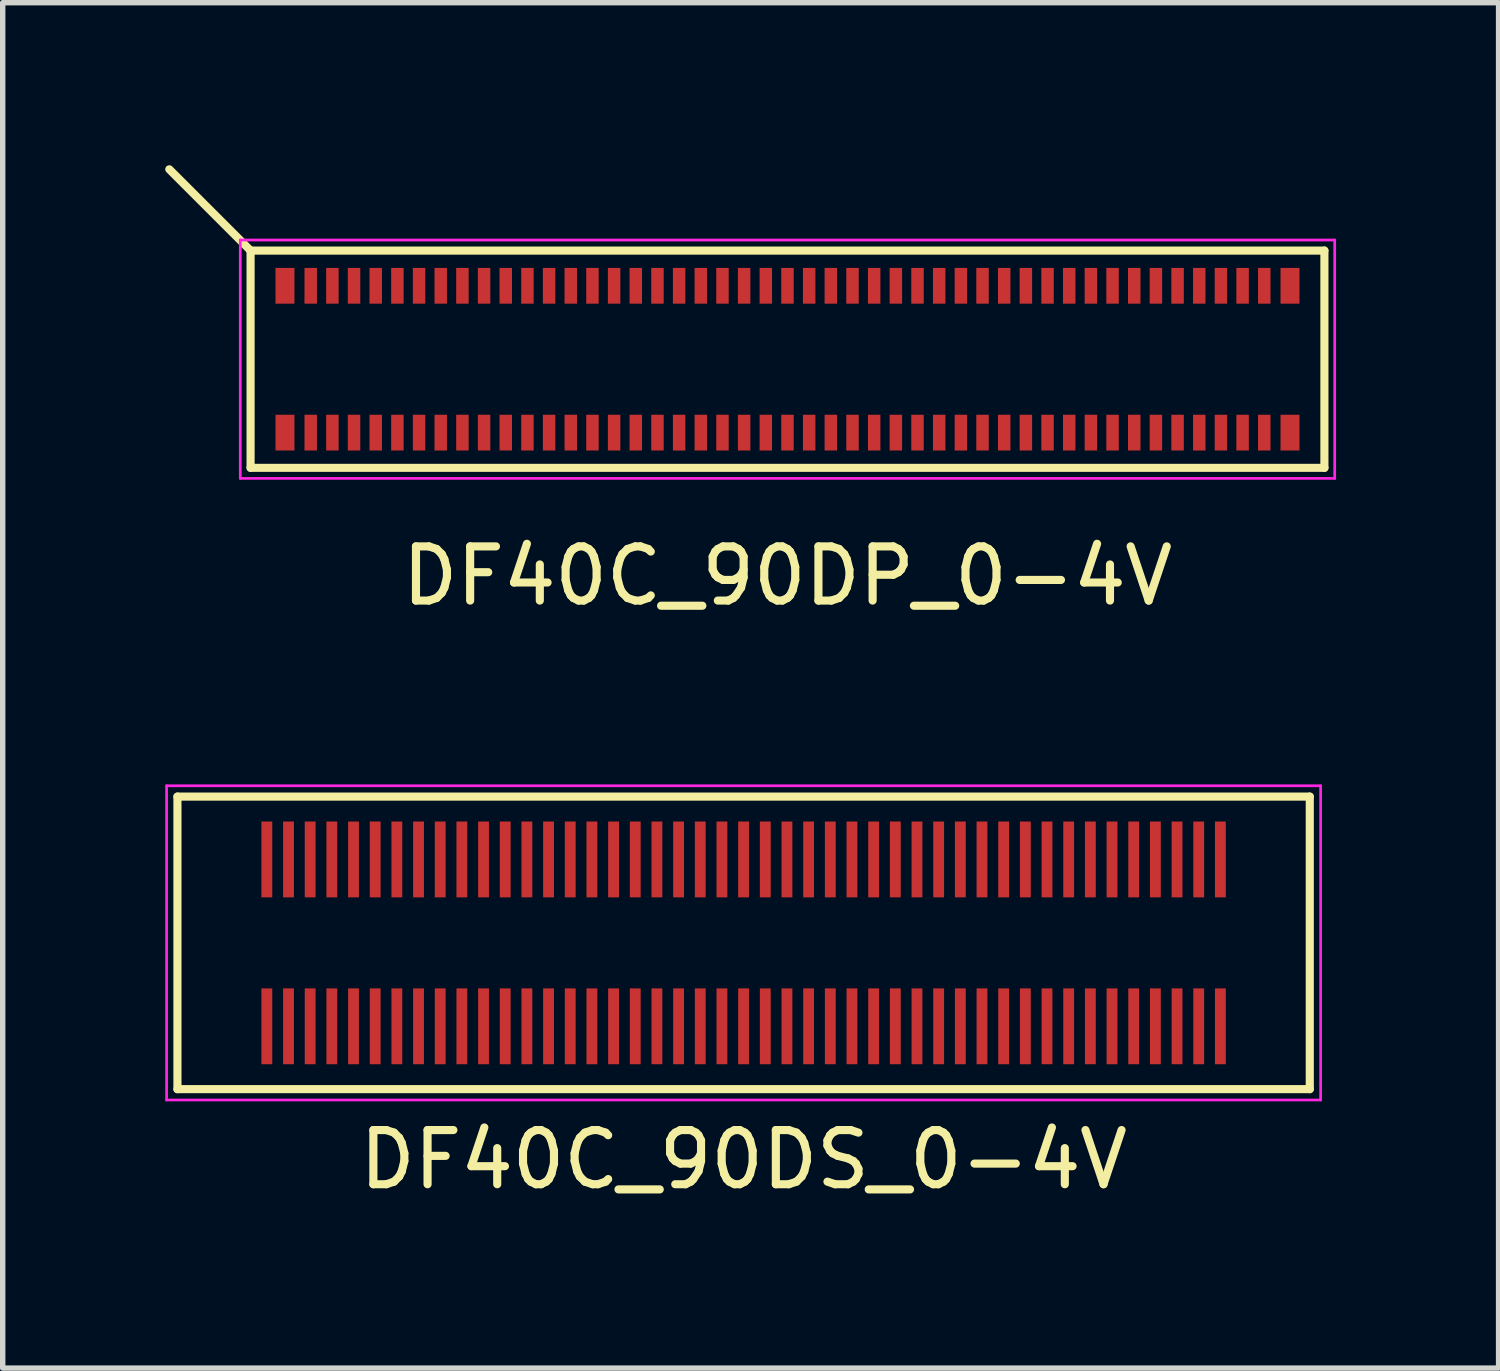
<source format=kicad_pcb>
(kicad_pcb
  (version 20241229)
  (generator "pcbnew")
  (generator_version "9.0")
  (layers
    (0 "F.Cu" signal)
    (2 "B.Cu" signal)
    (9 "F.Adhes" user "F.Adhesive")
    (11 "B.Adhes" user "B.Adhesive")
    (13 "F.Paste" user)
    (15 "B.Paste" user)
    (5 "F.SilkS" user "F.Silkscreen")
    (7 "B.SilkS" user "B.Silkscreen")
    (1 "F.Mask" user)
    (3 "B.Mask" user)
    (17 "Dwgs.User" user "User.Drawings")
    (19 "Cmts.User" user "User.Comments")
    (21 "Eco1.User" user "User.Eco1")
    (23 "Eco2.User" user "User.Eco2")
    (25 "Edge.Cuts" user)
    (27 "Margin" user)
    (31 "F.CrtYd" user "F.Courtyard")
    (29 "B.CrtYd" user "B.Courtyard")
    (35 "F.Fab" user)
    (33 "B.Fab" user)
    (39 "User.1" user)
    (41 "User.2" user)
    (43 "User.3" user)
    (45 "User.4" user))
  (footprint "DF40C_90DS_0-4V"
    (layer "F.Cu")
    (at 10.675 14.353)
    (property "Reference" "DF40C_90DS_0-4V" (at 0 4 0) (layer "F.SilkS") (effects (font (size 1 1) (thickness 0.15))))
    (attr smd)
    (fp_line (start -10.45 -2.7) (end -10.45 2.7) (stroke (width 0.15) (type solid)) (layer "F.SilkS"))
    (fp_line (start -10.45 -2.7) (end 10.45 -2.7) (stroke (width 0.15) (type solid)) (layer "F.SilkS"))
    (fp_line (start 10.45 2.7) (end -10.45 2.7) (stroke (width 0.15) (type solid)) (layer "F.SilkS"))
    (fp_line (start 10.45 2.7) (end 10.45 -2.7) (stroke (width 0.15) (type solid)) (layer "F.SilkS"))
    (fp_line (start -10.65 -2.9) (end -10.65 2.9) (stroke (width 0.05) (type solid)) (layer "F.CrtYd"))
    (fp_line (start -10.65 -2.9) (end 10.65 -2.9) (stroke (width 0.05) (type solid)) (layer "F.CrtYd"))
    (fp_line (start 10.65 2.9) (end -10.65 2.9) (stroke (width 0.05) (type solid)) (layer "F.CrtYd"))
    (fp_line (start 10.65 2.9) (end 10.65 -2.9) (stroke (width 0.05) (type solid)) (layer "F.CrtYd"))
    (pad "1" smd rect (at -8.8 -1.54) (size 0.2 1.4) (layers "F.Cu" "F.Mask" "F.Paste"))
    (pad "2" smd rect (at -8.8 1.54) (size 0.2 1.4) (layers "F.Cu" "F.Mask" "F.Paste"))
    (pad "3" smd rect (at -8.4 -1.54) (size 0.2 1.4) (layers "F.Cu" "F.Mask" "F.Paste"))
    (pad "4" smd rect (at -8.4 1.54) (size 0.2 1.4) (layers "F.Cu" "F.Mask" "F.Paste"))
    (pad "5" smd rect (at -8 -1.54) (size 0.2 1.4) (layers "F.Cu" "F.Mask" "F.Paste"))
    (pad "6" smd rect (at -8 1.54) (size 0.2 1.4) (layers "F.Cu" "F.Mask" "F.Paste"))
    (pad "7" smd rect (at -7.6 -1.54) (size 0.2 1.4) (layers "F.Cu" "F.Mask" "F.Paste"))
    (pad "8" smd rect (at -7.6 1.54) (size 0.2 1.4) (layers "F.Cu" "F.Mask" "F.Paste"))
    (pad "9" smd rect (at -7.2 -1.54) (size 0.2 1.4) (layers "F.Cu" "F.Mask" "F.Paste"))
    (pad "10" smd rect (at -7.2 1.54) (size 0.2 1.4) (layers "F.Cu" "F.Mask" "F.Paste"))
    (pad "11" smd rect (at -6.8 -1.54) (size 0.2 1.4) (layers "F.Cu" "F.Mask" "F.Paste"))
    (pad "12" smd rect (at -6.8 1.54) (size 0.2 1.4) (layers "F.Cu" "F.Mask" "F.Paste"))
    (pad "13" smd rect (at -6.4 -1.54) (size 0.2 1.4) (layers "F.Cu" "F.Mask" "F.Paste"))
    (pad "14" smd rect (at -6.4 1.54) (size 0.2 1.4) (layers "F.Cu" "F.Mask" "F.Paste"))
    (pad "15" smd rect (at -6 -1.54) (size 0.2 1.4) (layers "F.Cu" "F.Mask" "F.Paste"))
    (pad "16" smd rect (at -6 1.54) (size 0.2 1.4) (layers "F.Cu" "F.Mask" "F.Paste"))
    (pad "17" smd rect (at -5.6 -1.54) (size 0.2 1.4) (layers "F.Cu" "F.Mask" "F.Paste"))
    (pad "18" smd rect (at -5.6 1.54) (size 0.2 1.4) (layers "F.Cu" "F.Mask" "F.Paste"))
    (pad "19" smd rect (at -5.2 -1.54) (size 0.2 1.4) (layers "F.Cu" "F.Mask" "F.Paste"))
    (pad "20" smd rect (at -5.2 1.54) (size 0.2 1.4) (layers "F.Cu" "F.Mask" "F.Paste"))
    (pad "21" smd rect (at -4.8 -1.54) (size 0.2 1.4) (layers "F.Cu" "F.Mask" "F.Paste"))
    (pad "22" smd rect (at -4.8 1.54) (size 0.2 1.4) (layers "F.Cu" "F.Mask" "F.Paste"))
    (pad "23" smd rect (at -4.4 -1.54) (size 0.2 1.4) (layers "F.Cu" "F.Mask" "F.Paste"))
    (pad "24" smd rect (at -4.4 1.54) (size 0.2 1.4) (layers "F.Cu" "F.Mask" "F.Paste"))
    (pad "25" smd rect (at -4 -1.54) (size 0.2 1.4) (layers "F.Cu" "F.Mask" "F.Paste"))
    (pad "26" smd rect (at -4 1.54) (size 0.2 1.4) (layers "F.Cu" "F.Mask" "F.Paste"))
    (pad "27" smd rect (at -3.6 -1.54) (size 0.2 1.4) (layers "F.Cu" "F.Mask" "F.Paste"))
    (pad "28" smd rect (at -3.6 1.54) (size 0.2 1.4) (layers "F.Cu" "F.Mask" "F.Paste"))
    (pad "29" smd rect (at -3.2 -1.54) (size 0.2 1.4) (layers "F.Cu" "F.Mask" "F.Paste"))
    (pad "30" smd rect (at -3.2 1.54) (size 0.2 1.4) (layers "F.Cu" "F.Mask" "F.Paste"))
    (pad "31" smd rect (at -2.8 -1.54) (size 0.2 1.4) (layers "F.Cu" "F.Mask" "F.Paste"))
    (pad "32" smd rect (at -2.8 1.54) (size 0.2 1.4) (layers "F.Cu" "F.Mask" "F.Paste"))
    (pad "33" smd rect (at -2.4 -1.54) (size 0.2 1.4) (layers "F.Cu" "F.Mask" "F.Paste"))
    (pad "34" smd rect (at -2.4 1.54) (size 0.2 1.4) (layers "F.Cu" "F.Mask" "F.Paste"))
    (pad "35" smd rect (at -2 -1.54) (size 0.2 1.4) (layers "F.Cu" "F.Mask" "F.Paste"))
    (pad "36" smd rect (at -2 1.54) (size 0.2 1.4) (layers "F.Cu" "F.Mask" "F.Paste"))
    (pad "37" smd rect (at -1.6 -1.54) (size 0.2 1.4) (layers "F.Cu" "F.Mask" "F.Paste"))
    (pad "38" smd rect (at -1.6 1.54) (size 0.2 1.4) (layers "F.Cu" "F.Mask" "F.Paste"))
    (pad "39" smd rect (at -1.2 -1.54) (size 0.2 1.4) (layers "F.Cu" "F.Mask" "F.Paste"))
    (pad "40" smd rect (at -1.2 1.54) (size 0.2 1.4) (layers "F.Cu" "F.Mask" "F.Paste"))
    (pad "41" smd rect (at -0.8 -1.54) (size 0.2 1.4) (layers "F.Cu" "F.Mask" "F.Paste"))
    (pad "42" smd rect (at -0.8 1.54) (size 0.2 1.4) (layers "F.Cu" "F.Mask" "F.Paste"))
    (pad "43" smd rect (at -0.4 -1.54) (size 0.2 1.4) (layers "F.Cu" "F.Mask" "F.Paste"))
    (pad "44" smd rect (at -0.4 1.54) (size 0.2 1.4) (layers "F.Cu" "F.Mask" "F.Paste"))
    (pad "45" smd rect (at 0 -1.54) (size 0.2 1.4) (layers "F.Cu" "F.Mask" "F.Paste"))
    (pad "46" smd rect (at 0 1.54) (size 0.2 1.4) (layers "F.Cu" "F.Mask" "F.Paste"))
    (pad "47" smd rect (at 0.4 -1.54) (size 0.2 1.4) (layers "F.Cu" "F.Mask" "F.Paste"))
    (pad "48" smd rect (at 0.4 1.54) (size 0.2 1.4) (layers "F.Cu" "F.Mask" "F.Paste"))
    (pad "49" smd rect (at 0.8 -1.54) (size 0.2 1.4) (layers "F.Cu" "F.Mask" "F.Paste"))
    (pad "50" smd rect (at 0.8 1.54) (size 0.2 1.4) (layers "F.Cu" "F.Mask" "F.Paste"))
    (pad "51" smd rect (at 1.2 -1.54) (size 0.2 1.4) (layers "F.Cu" "F.Mask" "F.Paste"))
    (pad "52" smd rect (at 1.2 1.54) (size 0.2 1.4) (layers "F.Cu" "F.Mask" "F.Paste"))
    (pad "53" smd rect (at 1.6 -1.54) (size 0.2 1.4) (layers "F.Cu" "F.Mask" "F.Paste"))
    (pad "54" smd rect (at 1.6 1.54) (size 0.2 1.4) (layers "F.Cu" "F.Mask" "F.Paste"))
    (pad "55" smd rect (at 2 -1.54) (size 0.2 1.4) (layers "F.Cu" "F.Mask" "F.Paste"))
    (pad "56" smd rect (at 2 1.54) (size 0.2 1.4) (layers "F.Cu" "F.Mask" "F.Paste"))
    (pad "57" smd rect (at 2.4 -1.54) (size 0.2 1.4) (layers "F.Cu" "F.Mask" "F.Paste"))
    (pad "58" smd rect (at 2.4 1.54) (size 0.2 1.4) (layers "F.Cu" "F.Mask" "F.Paste"))
    (pad "59" smd rect (at 2.8 -1.54) (size 0.2 1.4) (layers "F.Cu" "F.Mask" "F.Paste"))
    (pad "60" smd rect (at 2.8 1.54) (size 0.2 1.4) (layers "F.Cu" "F.Mask" "F.Paste"))
    (pad "61" smd rect (at 3.2 -1.54) (size 0.2 1.4) (layers "F.Cu" "F.Mask" "F.Paste"))
    (pad "62" smd rect (at 3.2 1.54) (size 0.2 1.4) (layers "F.Cu" "F.Mask" "F.Paste"))
    (pad "63" smd rect (at 3.6 -1.54) (size 0.2 1.4) (layers "F.Cu" "F.Mask" "F.Paste"))
    (pad "64" smd rect (at 3.6 1.54) (size 0.2 1.4) (layers "F.Cu" "F.Mask" "F.Paste"))
    (pad "65" smd rect (at 4 -1.54) (size 0.2 1.4) (layers "F.Cu" "F.Mask" "F.Paste"))
    (pad "66" smd rect (at 4 1.54) (size 0.2 1.4) (layers "F.Cu" "F.Mask" "F.Paste"))
    (pad "67" smd rect (at 4.4 -1.54) (size 0.2 1.4) (layers "F.Cu" "F.Mask" "F.Paste"))
    (pad "68" smd rect (at 4.4 1.54) (size 0.2 1.4) (layers "F.Cu" "F.Mask" "F.Paste"))
    (pad "69" smd rect (at 4.8 -1.54) (size 0.2 1.4) (layers "F.Cu" "F.Mask" "F.Paste"))
    (pad "70" smd rect (at 4.8 1.54) (size 0.2 1.4) (layers "F.Cu" "F.Mask" "F.Paste"))
    (pad "71" smd rect (at 5.2 -1.54) (size 0.2 1.4) (layers "F.Cu" "F.Mask" "F.Paste"))
    (pad "72" smd rect (at 5.2 1.54) (size 0.2 1.4) (layers "F.Cu" "F.Mask" "F.Paste"))
    (pad "73" smd rect (at 5.6 -1.54) (size 0.2 1.4) (layers "F.Cu" "F.Mask" "F.Paste"))
    (pad "74" smd rect (at 5.6 1.54) (size 0.2 1.4) (layers "F.Cu" "F.Mask" "F.Paste"))
    (pad "75" smd rect (at 6 -1.54) (size 0.2 1.4) (layers "F.Cu" "F.Mask" "F.Paste"))
    (pad "76" smd rect (at 6 1.54) (size 0.2 1.4) (layers "F.Cu" "F.Mask" "F.Paste"))
    (pad "77" smd rect (at 6.4 -1.54) (size 0.2 1.4) (layers "F.Cu" "F.Mask" "F.Paste"))
    (pad "78" smd rect (at 6.4 1.54) (size 0.2 1.4) (layers "F.Cu" "F.Mask" "F.Paste"))
    (pad "79" smd rect (at 6.8 -1.54) (size 0.2 1.4) (layers "F.Cu" "F.Mask" "F.Paste"))
    (pad "80" smd rect (at 6.8 1.54) (size 0.2 1.4) (layers "F.Cu" "F.Mask" "F.Paste"))
    (pad "81" smd rect (at 7.2 -1.54) (size 0.2 1.4) (layers "F.Cu" "F.Mask" "F.Paste"))
    (pad "82" smd rect (at 7.2 1.54) (size 0.2 1.4) (layers "F.Cu" "F.Mask" "F.Paste"))
    (pad "83" smd rect (at 7.6 -1.54) (size 0.2 1.4) (layers "F.Cu" "F.Mask" "F.Paste"))
    (pad "84" smd rect (at 7.6 1.54) (size 0.2 1.4) (layers "F.Cu" "F.Mask" "F.Paste"))
    (pad "85" smd rect (at 8 -1.54) (size 0.2 1.4) (layers "F.Cu" "F.Mask" "F.Paste"))
    (pad "86" smd rect (at 8 1.54) (size 0.2 1.4) (layers "F.Cu" "F.Mask" "F.Paste"))
    (pad "87" smd rect (at 8.4 -1.54) (size 0.2 1.4) (layers "F.Cu" "F.Mask" "F.Paste"))
    (pad "88" smd rect (at 8.4 1.54) (size 0.2 1.4) (layers "F.Cu" "F.Mask" "F.Paste"))
    (pad "89" smd rect (at 8.8 -1.54) (size 0.2 1.4) (layers "F.Cu" "F.Mask" "F.Paste"))
    (pad "90" smd rect (at 8.8 1.54) (size 0.2 1.4) (layers "F.Cu" "F.Mask" "F.Paste")))
  (footprint "DF40C_90DP_0-4V"
    (layer "F.Cu")
    (at 11.485 3.58)
    (property "Reference" "DF40C_90DP_0-4V" (at 0 4 0) (layer "F.SilkS") (effects (font (size 1 1) (thickness 0.15))))
    (attr smd)
    (fp_line (start -9.91 -2.005) (end -11.41 -3.505) (stroke (width 0.15) (type solid)) (layer "F.SilkS"))
    (fp_line (start -9.91 -2.005) (end -9.91 2.005) (stroke (width 0.15) (type solid)) (layer "F.SilkS"))
    (fp_line (start -9.91 -2.005) (end 9.91 -2.005) (stroke (width 0.15) (type solid)) (layer "F.SilkS"))
    (fp_line (start 9.91 2.005) (end -9.91 2.005) (stroke (width 0.15) (type solid)) (layer "F.SilkS"))
    (fp_line (start 9.91 2.005) (end 9.91 -2.005) (stroke (width 0.15) (type solid)) (layer "F.SilkS"))
    (fp_line (start -10.1 -2.2) (end -10.1 2.2) (stroke (width 0.05) (type solid)) (layer "F.CrtYd"))
    (fp_line (start -10.1 -2.2) (end 10.1 -2.2) (stroke (width 0.05) (type solid)) (layer "F.CrtYd"))
    (fp_line (start 10.1 2.2) (end -10.1 2.2) (stroke (width 0.05) (type solid)) (layer "F.CrtYd"))
    (fp_line (start 10.1 2.2) (end 10.1 -2.2) (stroke (width 0.05) (type solid)) (layer "F.CrtYd"))
    (pad "1" smd rect (at -8.8 1.355) (size 0.23 0.66) (layers "F.Cu" "F.Mask" "F.Paste"))
    (pad "2" smd rect (at -8.8 -1.355) (size 0.23 0.66) (layers "F.Cu" "F.Mask" "F.Paste"))
    (pad "3" smd rect (at -8.4 1.355) (size 0.23 0.66) (layers "F.Cu" "F.Mask" "F.Paste"))
    (pad "4" smd rect (at -8.4 -1.355) (size 0.23 0.66) (layers "F.Cu" "F.Mask" "F.Paste"))
    (pad "5" smd rect (at -8 1.355) (size 0.23 0.66) (layers "F.Cu" "F.Mask" "F.Paste"))
    (pad "6" smd rect (at -8 -1.355) (size 0.23 0.66) (layers "F.Cu" "F.Mask" "F.Paste"))
    (pad "7" smd rect (at -7.6 1.355) (size 0.23 0.66) (layers "F.Cu" "F.Mask" "F.Paste"))
    (pad "8" smd rect (at -7.6 -1.355) (size 0.23 0.66) (layers "F.Cu" "F.Mask" "F.Paste"))
    (pad "9" smd rect (at -7.2 1.355) (size 0.23 0.66) (layers "F.Cu" "F.Mask" "F.Paste"))
    (pad "10" smd rect (at -7.2 -1.355) (size 0.23 0.66) (layers "F.Cu" "F.Mask" "F.Paste"))
    (pad "11" smd rect (at -6.8 1.355) (size 0.23 0.66) (layers "F.Cu" "F.Mask" "F.Paste"))
    (pad "12" smd rect (at -6.8 -1.355) (size 0.23 0.66) (layers "F.Cu" "F.Mask" "F.Paste"))
    (pad "13" smd rect (at -6.4 1.355) (size 0.23 0.66) (layers "F.Cu" "F.Mask" "F.Paste"))
    (pad "14" smd rect (at -6.4 -1.355) (size 0.23 0.66) (layers "F.Cu" "F.Mask" "F.Paste"))
    (pad "15" smd rect (at -6 1.355) (size 0.23 0.66) (layers "F.Cu" "F.Mask" "F.Paste"))
    (pad "16" smd rect (at -6 -1.355) (size 0.23 0.66) (layers "F.Cu" "F.Mask" "F.Paste"))
    (pad "17" smd rect (at -5.6 1.355) (size 0.23 0.66) (layers "F.Cu" "F.Mask" "F.Paste"))
    (pad "18" smd rect (at -5.6 -1.355) (size 0.23 0.66) (layers "F.Cu" "F.Mask" "F.Paste"))
    (pad "19" smd rect (at -5.2 1.355) (size 0.23 0.66) (layers "F.Cu" "F.Mask" "F.Paste"))
    (pad "20" smd rect (at -5.2 -1.355) (size 0.23 0.66) (layers "F.Cu" "F.Mask" "F.Paste"))
    (pad "21" smd rect (at -4.8 1.355) (size 0.23 0.66) (layers "F.Cu" "F.Mask" "F.Paste"))
    (pad "22" smd rect (at -4.8 -1.355) (size 0.23 0.66) (layers "F.Cu" "F.Mask" "F.Paste"))
    (pad "23" smd rect (at -4.4 1.355) (size 0.23 0.66) (layers "F.Cu" "F.Mask" "F.Paste"))
    (pad "24" smd rect (at -4.4 -1.355) (size 0.23 0.66) (layers "F.Cu" "F.Mask" "F.Paste"))
    (pad "25" smd rect (at -4 1.355) (size 0.23 0.66) (layers "F.Cu" "F.Mask" "F.Paste"))
    (pad "26" smd rect (at -4 -1.355) (size 0.23 0.66) (layers "F.Cu" "F.Mask" "F.Paste"))
    (pad "27" smd rect (at -3.6 1.355) (size 0.23 0.66) (layers "F.Cu" "F.Mask" "F.Paste"))
    (pad "28" smd rect (at -3.6 -1.355) (size 0.23 0.66) (layers "F.Cu" "F.Mask" "F.Paste"))
    (pad "29" smd rect (at -3.2 1.355) (size 0.23 0.66) (layers "F.Cu" "F.Mask" "F.Paste"))
    (pad "30" smd rect (at -3.2 -1.355) (size 0.23 0.66) (layers "F.Cu" "F.Mask" "F.Paste"))
    (pad "31" smd rect (at -2.8 1.355) (size 0.23 0.66) (layers "F.Cu" "F.Mask" "F.Paste"))
    (pad "32" smd rect (at -2.8 -1.355) (size 0.23 0.66) (layers "F.Cu" "F.Mask" "F.Paste"))
    (pad "33" smd rect (at -2.4 1.355) (size 0.23 0.66) (layers "F.Cu" "F.Mask" "F.Paste"))
    (pad "34" smd rect (at -2.4 -1.355) (size 0.23 0.66) (layers "F.Cu" "F.Mask" "F.Paste"))
    (pad "35" smd rect (at -2 1.355) (size 0.23 0.66) (layers "F.Cu" "F.Mask" "F.Paste"))
    (pad "36" smd rect (at -2 -1.355) (size 0.23 0.66) (layers "F.Cu" "F.Mask" "F.Paste"))
    (pad "37" smd rect (at -1.6 1.355) (size 0.23 0.66) (layers "F.Cu" "F.Mask" "F.Paste"))
    (pad "38" smd rect (at -1.6 -1.355) (size 0.23 0.66) (layers "F.Cu" "F.Mask" "F.Paste"))
    (pad "39" smd rect (at -1.2 1.355) (size 0.23 0.66) (layers "F.Cu" "F.Mask" "F.Paste"))
    (pad "40" smd rect (at -1.2 -1.355) (size 0.23 0.66) (layers "F.Cu" "F.Mask" "F.Paste"))
    (pad "41" smd rect (at -0.8 1.355) (size 0.23 0.66) (layers "F.Cu" "F.Mask" "F.Paste"))
    (pad "42" smd rect (at -0.8 -1.355) (size 0.23 0.66) (layers "F.Cu" "F.Mask" "F.Paste"))
    (pad "43" smd rect (at -0.4 1.355) (size 0.23 0.66) (layers "F.Cu" "F.Mask" "F.Paste"))
    (pad "44" smd rect (at -0.4 -1.355) (size 0.23 0.66) (layers "F.Cu" "F.Mask" "F.Paste"))
    (pad "45" smd rect (at 0 1.355) (size 0.23 0.66) (layers "F.Cu" "F.Mask" "F.Paste"))
    (pad "46" smd rect (at 0 -1.355) (size 0.23 0.66) (layers "F.Cu" "F.Mask" "F.Paste"))
    (pad "47" smd rect (at 0.4 1.355) (size 0.23 0.66) (layers "F.Cu" "F.Mask" "F.Paste"))
    (pad "48" smd rect (at 0.4 -1.355) (size 0.23 0.66) (layers "F.Cu" "F.Mask" "F.Paste"))
    (pad "49" smd rect (at 0.8 1.355) (size 0.23 0.66) (layers "F.Cu" "F.Mask" "F.Paste"))
    (pad "50" smd rect (at 0.8 -1.355) (size 0.23 0.66) (layers "F.Cu" "F.Mask" "F.Paste"))
    (pad "51" smd rect (at 1.2 1.355) (size 0.23 0.66) (layers "F.Cu" "F.Mask" "F.Paste"))
    (pad "52" smd rect (at 1.2 -1.355) (size 0.23 0.66) (layers "F.Cu" "F.Mask" "F.Paste"))
    (pad "53" smd rect (at 1.6 1.355) (size 0.23 0.66) (layers "F.Cu" "F.Mask" "F.Paste"))
    (pad "54" smd rect (at 1.6 -1.355) (size 0.23 0.66) (layers "F.Cu" "F.Mask" "F.Paste"))
    (pad "55" smd rect (at 2 1.355) (size 0.23 0.66) (layers "F.Cu" "F.Mask" "F.Paste"))
    (pad "56" smd rect (at 2 -1.355) (size 0.23 0.66) (layers "F.Cu" "F.Mask" "F.Paste"))
    (pad "57" smd rect (at 2.4 1.355) (size 0.23 0.66) (layers "F.Cu" "F.Mask" "F.Paste"))
    (pad "58" smd rect (at 2.4 -1.355) (size 0.23 0.66) (layers "F.Cu" "F.Mask" "F.Paste"))
    (pad "59" smd rect (at 2.8 1.355) (size 0.23 0.66) (layers "F.Cu" "F.Mask" "F.Paste"))
    (pad "60" smd rect (at 2.8 -1.355) (size 0.23 0.66) (layers "F.Cu" "F.Mask" "F.Paste"))
    (pad "61" smd rect (at 3.2 1.355) (size 0.23 0.66) (layers "F.Cu" "F.Mask" "F.Paste"))
    (pad "62" smd rect (at 3.2 -1.355) (size 0.23 0.66) (layers "F.Cu" "F.Mask" "F.Paste"))
    (pad "63" smd rect (at 3.6 1.355) (size 0.23 0.66) (layers "F.Cu" "F.Mask" "F.Paste"))
    (pad "64" smd rect (at 3.6 -1.355) (size 0.23 0.66) (layers "F.Cu" "F.Mask" "F.Paste"))
    (pad "65" smd rect (at 4 1.355) (size 0.23 0.66) (layers "F.Cu" "F.Mask" "F.Paste"))
    (pad "66" smd rect (at 4 -1.355) (size 0.23 0.66) (layers "F.Cu" "F.Mask" "F.Paste"))
    (pad "67" smd rect (at 4.4 1.355) (size 0.23 0.66) (layers "F.Cu" "F.Mask" "F.Paste"))
    (pad "68" smd rect (at 4.4 -1.355) (size 0.23 0.66) (layers "F.Cu" "F.Mask" "F.Paste"))
    (pad "69" smd rect (at 4.8 1.355) (size 0.23 0.66) (layers "F.Cu" "F.Mask" "F.Paste"))
    (pad "70" smd rect (at 4.8 -1.355) (size 0.23 0.66) (layers "F.Cu" "F.Mask" "F.Paste"))
    (pad "71" smd rect (at 5.2 1.355) (size 0.23 0.66) (layers "F.Cu" "F.Mask" "F.Paste"))
    (pad "72" smd rect (at 5.2 -1.355) (size 0.23 0.66) (layers "F.Cu" "F.Mask" "F.Paste"))
    (pad "73" smd rect (at 5.6 1.355) (size 0.23 0.66) (layers "F.Cu" "F.Mask" "F.Paste"))
    (pad "74" smd rect (at 5.6 -1.355) (size 0.23 0.66) (layers "F.Cu" "F.Mask" "F.Paste"))
    (pad "75" smd rect (at 6 1.355) (size 0.23 0.66) (layers "F.Cu" "F.Mask" "F.Paste"))
    (pad "76" smd rect (at 6 -1.355) (size 0.23 0.66) (layers "F.Cu" "F.Mask" "F.Paste"))
    (pad "77" smd rect (at 6.4 1.355) (size 0.23 0.66) (layers "F.Cu" "F.Mask" "F.Paste"))
    (pad "78" smd rect (at 6.4 -1.355) (size 0.23 0.66) (layers "F.Cu" "F.Mask" "F.Paste"))
    (pad "79" smd rect (at 6.8 1.355) (size 0.23 0.66) (layers "F.Cu" "F.Mask" "F.Paste"))
    (pad "80" smd rect (at 6.8 -1.355) (size 0.23 0.66) (layers "F.Cu" "F.Mask" "F.Paste"))
    (pad "81" smd rect (at 7.2 1.355) (size 0.23 0.66) (layers "F.Cu" "F.Mask" "F.Paste"))
    (pad "82" smd rect (at 7.2 -1.355) (size 0.23 0.66) (layers "F.Cu" "F.Mask" "F.Paste"))
    (pad "83" smd rect (at 7.6 1.355) (size 0.23 0.66) (layers "F.Cu" "F.Mask" "F.Paste"))
    (pad "84" smd rect (at 7.6 -1.355) (size 0.23 0.66) (layers "F.Cu" "F.Mask" "F.Paste"))
    (pad "85" smd rect (at 8 1.355) (size 0.23 0.66) (layers "F.Cu" "F.Mask" "F.Paste"))
    (pad "86" smd rect (at 8 -1.355) (size 0.23 0.66) (layers "F.Cu" "F.Mask" "F.Paste"))
    (pad "87" smd rect (at 8.4 1.355) (size 0.23 0.66) (layers "F.Cu" "F.Mask" "F.Paste"))
    (pad "88" smd rect (at 8.4 -1.355) (size 0.23 0.66) (layers "F.Cu" "F.Mask" "F.Paste"))
    (pad "89" smd rect (at 8.8 1.355) (size 0.23 0.66) (layers "F.Cu" "F.Mask" "F.Paste"))
    (pad "90" smd rect (at 8.8 -1.355) (size 0.23 0.66) (layers "F.Cu" "F.Mask" "F.Paste"))
    (pad "GND" smd rect (at -9.275 -1.355) (size 0.35 0.66) (layers "F.Cu" "F.Mask" "F.Paste"))
    (pad "GND" smd rect (at -9.275 1.355) (size 0.35 0.66) (layers "F.Cu" "F.Mask" "F.Paste"))
    (pad "GND" smd rect (at 9.275 -1.355) (size 0.35 0.66) (layers "F.Cu" "F.Mask" "F.Paste"))
    (pad "GND" smd rect (at 9.275 1.355) (size 0.35 0.66) (layers "F.Cu" "F.Mask" "F.Paste")))
  (gr_rect
    (start -3 -3)
    (end 24.61 22.201)
    (stroke (width 0.1) (type default))
    (fill no)
    (layer "Edge.Cuts")))
</source>
